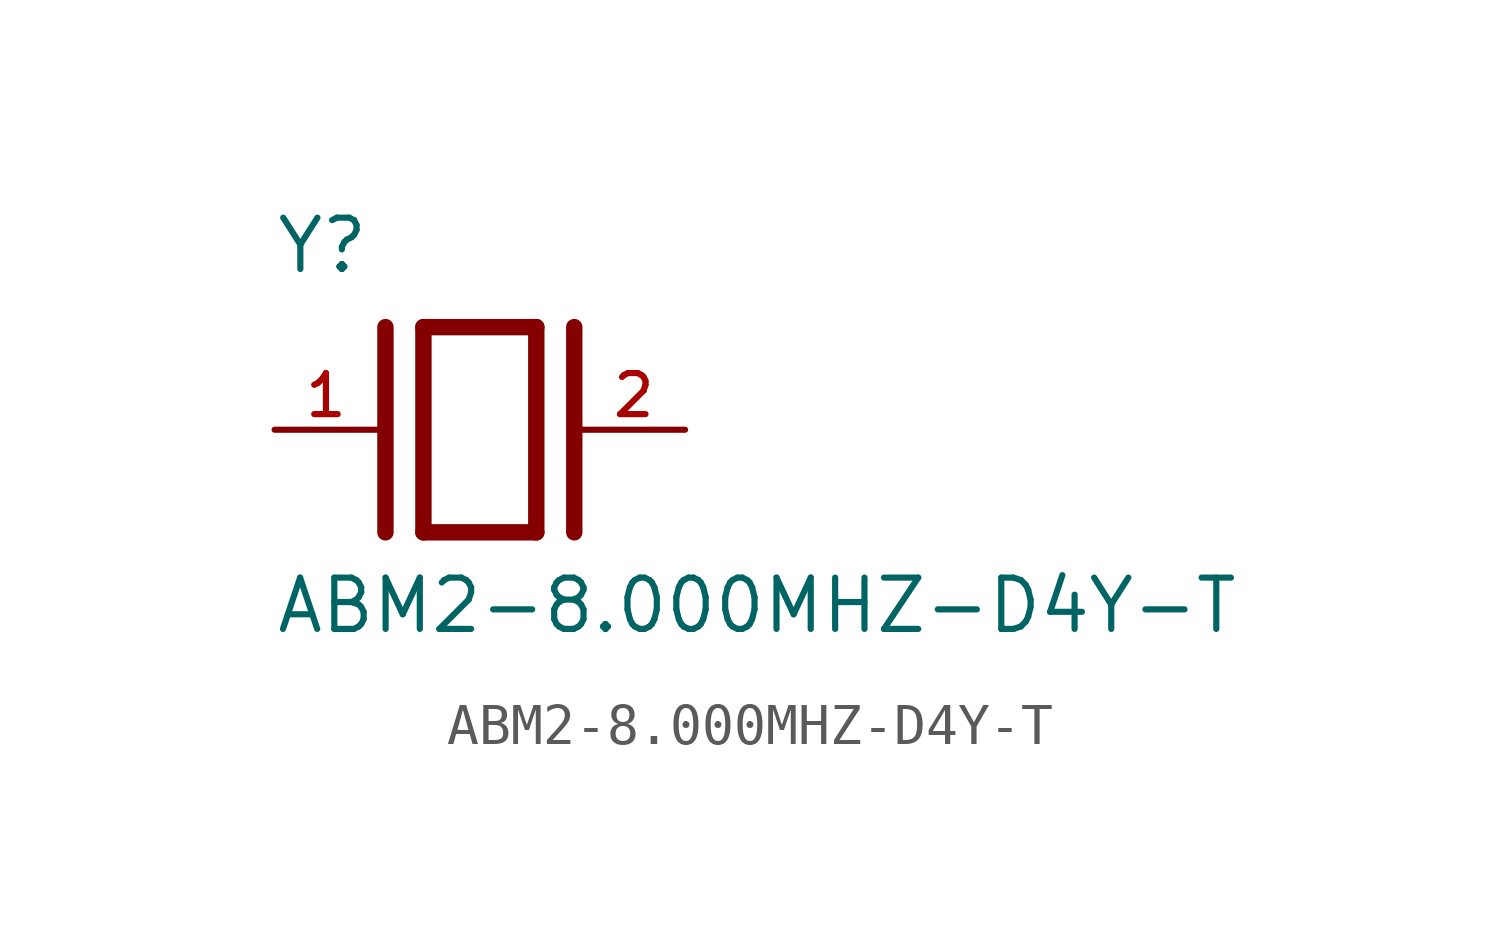
<source format=kicad_sym>
(kicad_symbol_lib
  (version 20211014)
  (generator kicad_symbol_editor)
  (symbol "ABM2-8.000MHZ-D4Y-T"
    (pin_names
      (offset 1.016))
    (property "Reference" "Y"
      (at -5.088 3.816 0)
      (effects (font (size 1.27 1.27)) (justify bottom left)))
    (property "Value" "ABM2-8.000MHZ-D4Y-T"
      (at -5.094 -5.094 0)
      (effects (font (size 1.27 1.27)) (justify bottom left)))
    (symbol "ABM2-8.000MHZ-D4Y-T_0_0"
      (polyline (pts (xy -1.397 2.54) (xy 1.397 2.54)) (stroke (width 0.406)))
      (polyline (pts (xy 1.397 2.54) (xy 1.397 -2.54)) (stroke (width 0.406)))
      (polyline (pts (xy 1.397 -2.54) (xy -1.397 -2.54)) (stroke (width 0.406)))
      (polyline (pts (xy -1.397 2.54) (xy -1.397 -2.54)) (stroke (width 0.406)))
      (polyline (pts (xy 2.337 2.54) (xy 2.337 -2.54)) (stroke (width 0.406)))
      (polyline (pts (xy -2.337 2.54) (xy -2.337 -2.54)) (stroke (width 0.406)))
      (pin passive line (at 5.08 0.0 180.0) (length 2.54) (name "~" (effects (font (size 1.016 1.016)))) (number "2" (effects (font (size 1.016 1.016)))))
      (pin passive line (at -5.08 0.0 0) (length 2.54) (name "~" (effects (font (size 1.016 1.016)))) (number "1" (effects (font (size 1.016 1.016))))))))
</source>
